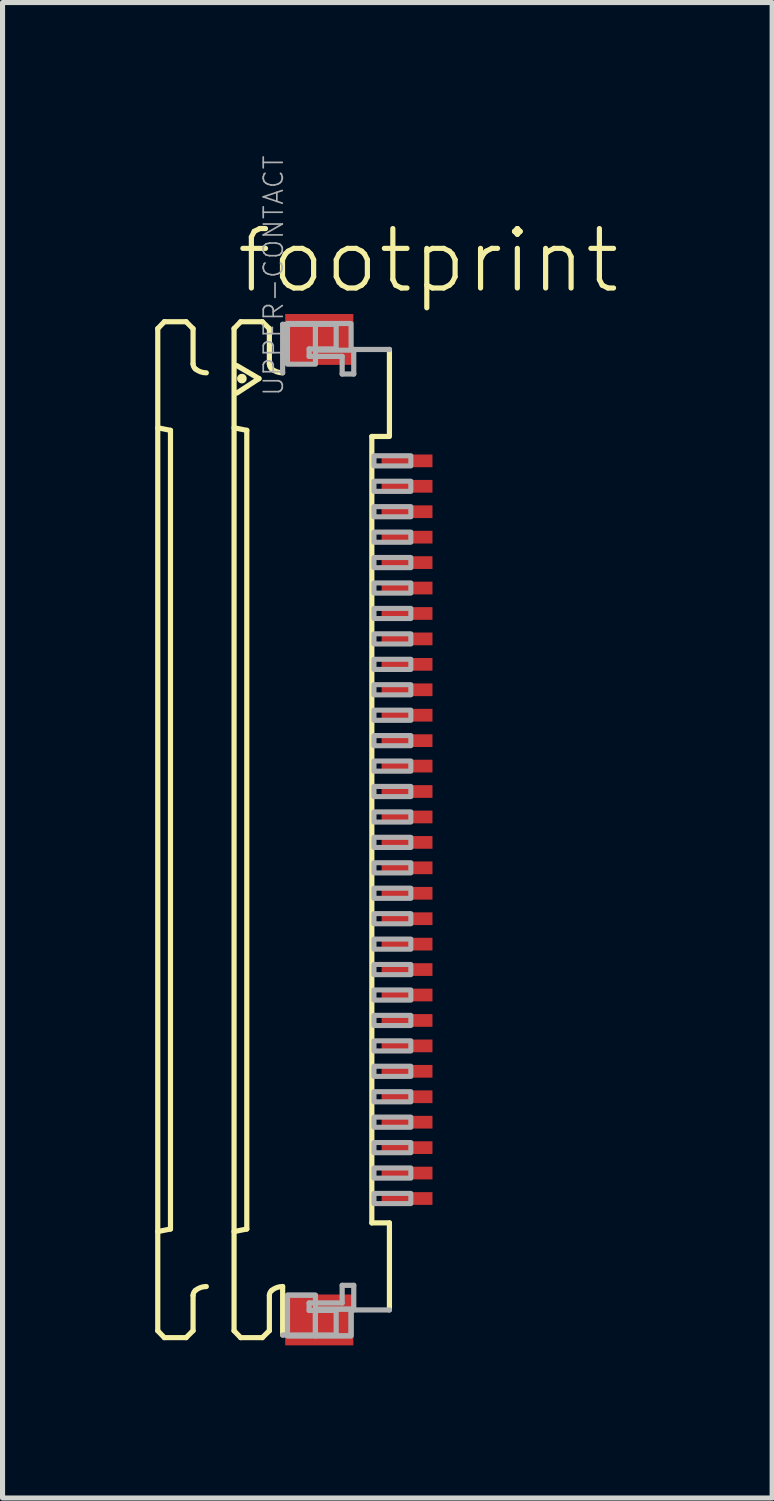
<source format=kicad_pcb>
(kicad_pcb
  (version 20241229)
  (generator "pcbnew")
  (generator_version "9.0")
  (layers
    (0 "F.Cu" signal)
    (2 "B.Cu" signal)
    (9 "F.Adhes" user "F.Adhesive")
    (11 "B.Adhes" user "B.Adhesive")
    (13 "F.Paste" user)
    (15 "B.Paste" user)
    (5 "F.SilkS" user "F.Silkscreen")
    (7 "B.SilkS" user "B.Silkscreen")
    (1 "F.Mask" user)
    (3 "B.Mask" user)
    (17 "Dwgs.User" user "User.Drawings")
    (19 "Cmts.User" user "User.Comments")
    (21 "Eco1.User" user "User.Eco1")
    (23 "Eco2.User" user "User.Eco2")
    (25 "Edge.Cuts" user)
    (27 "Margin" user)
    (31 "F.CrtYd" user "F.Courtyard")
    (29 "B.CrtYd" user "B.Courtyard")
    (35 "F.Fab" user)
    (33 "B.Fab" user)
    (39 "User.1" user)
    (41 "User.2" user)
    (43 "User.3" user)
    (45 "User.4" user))
  (footprint "footprint"
    (layer "F.Cu")
    (at 3.046 13.259)
    (property "Reference" "footprint" (at -1.5 -10.5 0) (layer "F.SilkS") (effects (font (size 1.168 1.168) (thickness 0.102)) (justify left bottom)))
    (fp_poly (pts (xy 1.355 -7.075) (xy 2.455 -7.075) (xy 2.455 -7.425) (xy 1.355 -7.425)) (stroke (width 0) (type solid)) (fill yes) (layer "F.Mask"))
    (fp_poly (pts (xy 1.355 -6.575) (xy 2.455 -6.575) (xy 2.455 -6.925) (xy 1.355 -6.925)) (stroke (width 0) (type solid)) (fill yes) (layer "F.Mask"))
    (fp_poly (pts (xy 1.355 -6.075) (xy 2.455 -6.075) (xy 2.455 -6.425) (xy 1.355 -6.425)) (stroke (width 0) (type solid)) (fill yes) (layer "F.Mask"))
    (fp_poly (pts (xy 1.355 -5.575) (xy 2.455 -5.575) (xy 2.455 -5.925) (xy 1.355 -5.925)) (stroke (width 0) (type solid)) (fill yes) (layer "F.Mask"))
    (fp_poly (pts (xy 1.355 -5.075) (xy 2.455 -5.075) (xy 2.455 -5.425) (xy 1.355 -5.425)) (stroke (width 0) (type solid)) (fill yes) (layer "F.Mask"))
    (fp_poly (pts (xy 1.355 -4.575) (xy 2.455 -4.575) (xy 2.455 -4.925) (xy 1.355 -4.925)) (stroke (width 0) (type solid)) (fill yes) (layer "F.Mask"))
    (fp_poly (pts (xy 1.355 -4.075) (xy 2.455 -4.075) (xy 2.455 -4.425) (xy 1.355 -4.425)) (stroke (width 0) (type solid)) (fill yes) (layer "F.Mask"))
    (fp_poly (pts (xy 1.355 -3.575) (xy 2.455 -3.575) (xy 2.455 -3.925) (xy 1.355 -3.925)) (stroke (width 0) (type solid)) (fill yes) (layer "F.Mask"))
    (fp_poly (pts (xy 1.355 -3.075) (xy 2.455 -3.075) (xy 2.455 -3.425) (xy 1.355 -3.425)) (stroke (width 0) (type solid)) (fill yes) (layer "F.Mask"))
    (fp_poly (pts (xy 1.355 -2.575) (xy 2.455 -2.575) (xy 2.455 -2.925) (xy 1.355 -2.925)) (stroke (width 0) (type solid)) (fill yes) (layer "F.Mask"))
    (fp_poly (pts (xy 1.355 -2.075) (xy 2.455 -2.075) (xy 2.455 -2.425) (xy 1.355 -2.425)) (stroke (width 0) (type solid)) (fill yes) (layer "F.Mask"))
    (fp_poly (pts (xy 1.355 -1.575) (xy 2.455 -1.575) (xy 2.455 -1.925) (xy 1.355 -1.925)) (stroke (width 0) (type solid)) (fill yes) (layer "F.Mask"))
    (fp_poly (pts (xy 1.355 -1.075) (xy 2.455 -1.075) (xy 2.455 -1.425) (xy 1.355 -1.425)) (stroke (width 0) (type solid)) (fill yes) (layer "F.Mask"))
    (fp_poly (pts (xy 1.355 -0.575) (xy 2.455 -0.575) (xy 2.455 -0.925) (xy 1.355 -0.925)) (stroke (width 0) (type solid)) (fill yes) (layer "F.Mask"))
    (fp_poly (pts (xy 1.355 -0.075) (xy 2.455 -0.075) (xy 2.455 -0.425) (xy 1.355 -0.425)) (stroke (width 0) (type solid)) (fill yes) (layer "F.Mask"))
    (fp_poly (pts (xy 1.355 0.425) (xy 2.455 0.425) (xy 2.455 0.075) (xy 1.355 0.075)) (stroke (width 0) (type solid)) (fill yes) (layer "F.Mask"))
    (fp_poly (pts (xy 1.355 0.925) (xy 2.455 0.925) (xy 2.455 0.575) (xy 1.355 0.575)) (stroke (width 0) (type solid)) (fill yes) (layer "F.Mask"))
    (fp_poly (pts (xy 1.355 1.425) (xy 2.455 1.425) (xy 2.455 1.075) (xy 1.355 1.075)) (stroke (width 0) (type solid)) (fill yes) (layer "F.Mask"))
    (fp_poly (pts (xy 1.355 1.925) (xy 2.455 1.925) (xy 2.455 1.575) (xy 1.355 1.575)) (stroke (width 0) (type solid)) (fill yes) (layer "F.Mask"))
    (fp_poly (pts (xy 1.355 2.425) (xy 2.455 2.425) (xy 2.455 2.075) (xy 1.355 2.075)) (stroke (width 0) (type solid)) (fill yes) (layer "F.Mask"))
    (fp_poly (pts (xy 1.355 2.925) (xy 2.455 2.925) (xy 2.455 2.575) (xy 1.355 2.575)) (stroke (width 0) (type solid)) (fill yes) (layer "F.Mask"))
    (fp_poly (pts (xy 1.355 3.425) (xy 2.455 3.425) (xy 2.455 3.075) (xy 1.355 3.075)) (stroke (width 0) (type solid)) (fill yes) (layer "F.Mask"))
    (fp_poly (pts (xy 1.355 3.925) (xy 2.455 3.925) (xy 2.455 3.575) (xy 1.355 3.575)) (stroke (width 0) (type solid)) (fill yes) (layer "F.Mask"))
    (fp_poly (pts (xy 1.355 4.425) (xy 2.455 4.425) (xy 2.455 4.075) (xy 1.355 4.075)) (stroke (width 0) (type solid)) (fill yes) (layer "F.Mask"))
    (fp_poly (pts (xy 1.355 4.925) (xy 2.455 4.925) (xy 2.455 4.575) (xy 1.355 4.575)) (stroke (width 0) (type solid)) (fill yes) (layer "F.Mask"))
    (fp_poly (pts (xy 1.355 5.425) (xy 2.455 5.425) (xy 2.455 5.075) (xy 1.355 5.075)) (stroke (width 0) (type solid)) (fill yes) (layer "F.Mask"))
    (fp_poly (pts (xy 1.355 5.925) (xy 2.455 5.925) (xy 2.455 5.575) (xy 1.355 5.575)) (stroke (width 0) (type solid)) (fill yes) (layer "F.Mask"))
    (fp_poly (pts (xy 1.355 6.425) (xy 2.455 6.425) (xy 2.455 6.075) (xy 1.355 6.075)) (stroke (width 0) (type solid)) (fill yes) (layer "F.Mask"))
    (fp_poly (pts (xy 1.355 6.925) (xy 2.455 6.925) (xy 2.455 6.575) (xy 1.355 6.575)) (stroke (width 0) (type solid)) (fill yes) (layer "F.Mask"))
    (fp_poly (pts (xy 1.355 7.425) (xy 2.455 7.425) (xy 2.455 7.075) (xy 1.355 7.075)) (stroke (width 0) (type solid)) (fill yes) (layer "F.Mask"))
    (fp_line (start -2.995 -9.85) (end -2.865 -9.985) (stroke (width 0.102) (type solid)) (layer "F.SilkS"))
    (fp_line (start -2.995 -7.9) (end -2.745 -7.85) (stroke (width 0.102) (type solid)) (layer "F.SilkS"))
    (fp_line (start -2.995 9.85) (end -2.995 -9.85) (stroke (width 0.102) (type solid)) (layer "F.SilkS"))
    (fp_line (start -2.995 9.85) (end -2.865 9.985) (stroke (width 0.102) (type solid)) (layer "F.SilkS"))
    (fp_line (start -2.865 -9.985) (end -2.438 -9.985) (stroke (width 0.102) (type solid)) (layer "F.SilkS"))
    (fp_line (start -2.865 9.985) (end -2.438 9.985) (stroke (width 0.102) (type solid)) (layer "F.SilkS"))
    (fp_line (start -2.745 7.85) (end -2.995 7.9) (stroke (width 0.102) (type solid)) (layer "F.SilkS"))
    (fp_line (start -2.745 7.85) (end -2.745 -7.85) (stroke (width 0.102) (type solid)) (layer "F.SilkS"))
    (fp_line (start -2.438 -9.985) (end -2.301 -9.848) (stroke (width 0.102) (type solid)) (layer "F.SilkS"))
    (fp_line (start -2.438 9.985) (end -2.301 9.848) (stroke (width 0.102) (type solid)) (layer "F.SilkS"))
    (fp_line (start -2.301 -9.848) (end -2.301 -9.156) (stroke (width 0.102) (type solid)) (layer "F.SilkS"))
    (fp_line (start -2.301 9.848) (end -2.301 9.156) (stroke (width 0.102) (type solid)) (layer "F.SilkS"))
    (fp_line (start -1.495 -9.85) (end -1.365 -9.985) (stroke (width 0.102) (type solid)) (layer "F.SilkS"))
    (fp_line (start -1.495 -7.9) (end -1.245 -7.85) (stroke (width 0.102) (type solid)) (layer "F.SilkS"))
    (fp_line (start -1.495 9.85) (end -1.495 -9.85) (stroke (width 0.102) (type solid)) (layer "F.SilkS"))
    (fp_line (start -1.495 9.85) (end -1.365 9.985) (stroke (width 0.102) (type solid)) (layer "F.SilkS"))
    (fp_line (start -1.441 -9.123) (end -1.005 -8.867) (stroke (width 0.102) (type solid)) (layer "F.SilkS"))
    (fp_line (start -1.365 -9.985) (end -0.939 -9.985) (stroke (width 0.102) (type solid)) (layer "F.SilkS"))
    (fp_line (start -1.365 9.985) (end -0.939 9.985) (stroke (width 0.102) (type solid)) (layer "F.SilkS"))
    (fp_line (start -1.245 7.85) (end -1.495 7.9) (stroke (width 0.102) (type solid)) (layer "F.SilkS"))
    (fp_line (start -1.245 7.85) (end -1.245 -7.85) (stroke (width 0.102) (type solid)) (layer "F.SilkS"))
    (fp_line (start -1.005 -8.867) (end -1.441 -8.582) (stroke (width 0.102) (type solid)) (layer "F.SilkS"))
    (fp_line (start -0.939 -9.985) (end -0.801 -9.848) (stroke (width 0.102) (type solid)) (layer "F.SilkS"))
    (fp_line (start -0.939 9.985) (end -0.801 9.848) (stroke (width 0.102) (type solid)) (layer "F.SilkS"))
    (fp_line (start -0.801 -9.848) (end -0.801 -9.156) (stroke (width 0.102) (type solid)) (layer "F.SilkS"))
    (fp_line (start -0.801 9.848) (end -0.801 9.156) (stroke (width 0.102) (type solid)) (layer "F.SilkS"))
    (fp_line (start -0.54 8.98) (end -0.54 9.933) (stroke (width 0.102) (type solid)) (layer "F.SilkS"))
    (fp_line (start 1.213 7.729) (end 1.213 -7.729) (stroke (width 0.102) (type solid)) (layer "F.SilkS"))
    (fp_line (start 1.538 -7.729) (end 1.213 -7.729) (stroke (width 0.102) (type solid)) (layer "F.SilkS"))
    (fp_line (start 1.559 -9.44) (end 1.559 -7.729) (stroke (width 0.102) (type solid)) (layer "F.SilkS"))
    (fp_line (start 1.559 7.729) (end 1.213 7.729) (stroke (width 0.102) (type solid)) (layer "F.SilkS"))
    (fp_line (start 1.559 9.44) (end 1.559 7.729) (stroke (width 0.102) (type solid)) (layer "F.SilkS"))
    (fp_arc (start -2.301 9.1557) (mid -2.288538 9.100596) (end -2.2536 9.056199) (stroke (width 0.1016) (type solid)) (layer "F.SilkS"))
    (fp_arc (start -2.2536 -9.056199) (mid -2.288538 -9.100596) (end -2.301 -9.1557) (stroke (width 0.1016) (type solid)) (layer "F.SilkS"))
    (fp_arc (start -2.2536 9.0562) (mid -2.153476 8.999935) (end -2.0403 8.980399) (stroke (width 0.1016) (type solid)) (layer "F.SilkS"))
    (fp_arc (start -2.0403 -8.980399) (mid -2.153476 -8.999935) (end -2.2536 -9.0562) (stroke (width 0.1016) (type solid)) (layer "F.SilkS"))
    (fp_arc (start -0.801 9.1557) (mid -0.788538 9.100596) (end -0.7536 9.056199) (stroke (width 0.1016) (type solid)) (layer "F.SilkS"))
    (fp_arc (start -0.7536 -9.056199) (mid -0.788538 -9.100596) (end -0.801 -9.1557) (stroke (width 0.1016) (type solid)) (layer "F.SilkS"))
    (fp_arc (start -0.7536 9.0562) (mid -0.653476 8.999935) (end -0.5403 8.980399) (stroke (width 0.1016) (type solid)) (layer "F.SilkS"))
    (fp_arc (start -0.5403 -8.980399) (mid -0.653476 -8.999935) (end -0.7536 -9.0562) (stroke (width 0.1016) (type solid)) (layer "F.SilkS"))
    (fp_circle (center -1.341 -8.867) (end -1.294 -8.867) (stroke (width 0.095) (type solid)) (fill yes) (layer "F.SilkS"))
    (fp_line (start -0.54 -9.933) (end 0.512 -9.933) (stroke (width 0.102) (type solid)) (layer "F.Fab"))
    (fp_line (start -0.54 -8.98) (end -0.54 -9.933) (stroke (width 0.102) (type solid)) (layer "F.Fab"))
    (fp_line (start -0.54 9.933) (end 0.512 9.933) (stroke (width 0.102) (type solid)) (layer "F.Fab"))
    (fp_line (start -0.019 -9.45) (end -0.019 -9.303) (stroke (width 0.102) (type solid)) (layer "F.Fab"))
    (fp_line (start -0.019 -9.303) (end 0.63 -9.303) (stroke (width 0.102) (type solid)) (layer "F.Fab"))
    (fp_line (start -0.019 9.303) (end 0.63 9.303) (stroke (width 0.102) (type solid)) (layer "F.Fab"))
    (fp_line (start -0.019 9.45) (end -0.019 9.303) (stroke (width 0.102) (type solid)) (layer "F.Fab"))
    (fp_line (start 0.512 -9.933) (end 0.512 -9.45) (stroke (width 0.102) (type solid)) (layer "F.Fab"))
    (fp_line (start 0.512 -9.45) (end -0.019 -9.45) (stroke (width 0.102) (type solid)) (layer "F.Fab"))
    (fp_line (start 0.512 9.45) (end -0.019 9.45) (stroke (width 0.102) (type solid)) (layer "F.Fab"))
    (fp_line (start 0.512 9.933) (end 0.512 9.45) (stroke (width 0.102) (type solid)) (layer "F.Fab"))
    (fp_line (start 0.63 -9.303) (end 0.63 -8.957) (stroke (width 0.102) (type solid)) (layer "F.Fab"))
    (fp_line (start 0.63 -8.957) (end 0.858 -8.957) (stroke (width 0.102) (type solid)) (layer "F.Fab"))
    (fp_line (start 0.63 8.957) (end 0.858 8.957) (stroke (width 0.102) (type solid)) (layer "F.Fab"))
    (fp_line (start 0.63 9.303) (end 0.63 8.957) (stroke (width 0.102) (type solid)) (layer "F.Fab"))
    (fp_line (start 0.858 -9.44) (end 1.559 -9.44) (stroke (width 0.102) (type solid)) (layer "F.Fab"))
    (fp_line (start 0.858 -8.957) (end 0.858 -9.44) (stroke (width 0.102) (type solid)) (layer "F.Fab"))
    (fp_line (start 0.858 8.957) (end 0.858 9.44) (stroke (width 0.102) (type solid)) (layer "F.Fab"))
    (fp_line (start 0.858 9.44) (end 1.559 9.44) (stroke (width 0.102) (type solid)) (layer "F.Fab"))
    (fp_poly (pts (xy -0.445 -9.15) (xy 0.105 -9.15) (xy 0.105 -9.95) (xy -0.445 -9.95)) (stroke (width 0.1) (type solid)) (fill no) (layer "F.Fab"))
    (fp_poly (pts (xy -0.445 9.95) (xy 0.105 9.95) (xy 0.105 9.15) (xy -0.445 9.15)) (stroke (width 0.1) (type solid)) (fill no) (layer "F.Fab"))
    (fp_poly (pts (xy -0.445 9.95) (xy 0.105 9.95) (xy 0.105 9.15) (xy -0.445 9.15)) (stroke (width 0.1) (type solid)) (fill no) (layer "F.Fab"))
    (fp_poly (pts (xy 0.105 -9.425) (xy 0.805 -9.425) (xy 0.805 -9.95) (xy 0.105 -9.95)) (stroke (width 0.1) (type solid)) (fill no) (layer "F.Fab"))
    (fp_poly (pts (xy 0.105 9.95) (xy 0.805 9.95) (xy 0.805 9.425) (xy 0.105 9.425)) (stroke (width 0.1) (type solid)) (fill no) (layer "F.Fab"))
    (fp_poly (pts (xy 0.105 9.95) (xy 0.805 9.95) (xy 0.805 9.425) (xy 0.105 9.425)) (stroke (width 0.1) (type solid)) (fill no) (layer "F.Fab"))
    (fp_poly (pts (xy 1.255 -7.15) (xy 1.98 -7.15) (xy 1.98 -7.35) (xy 1.255 -7.35)) (stroke (width 0.1) (type solid)) (fill no) (layer "F.Fab"))
    (fp_poly (pts (xy 1.255 -6.65) (xy 1.98 -6.65) (xy 1.98 -6.85) (xy 1.255 -6.85)) (stroke (width 0.1) (type solid)) (fill no) (layer "F.Fab"))
    (fp_poly (pts (xy 1.255 -6.15) (xy 1.98 -6.15) (xy 1.98 -6.35) (xy 1.255 -6.35)) (stroke (width 0.1) (type solid)) (fill no) (layer "F.Fab"))
    (fp_poly (pts (xy 1.255 -5.65) (xy 1.98 -5.65) (xy 1.98 -5.85) (xy 1.255 -5.85)) (stroke (width 0.1) (type solid)) (fill no) (layer "F.Fab"))
    (fp_poly (pts (xy 1.255 -5.15) (xy 1.98 -5.15) (xy 1.98 -5.35) (xy 1.255 -5.35)) (stroke (width 0.1) (type solid)) (fill no) (layer "F.Fab"))
    (fp_poly (pts (xy 1.255 -4.65) (xy 1.98 -4.65) (xy 1.98 -4.85) (xy 1.255 -4.85)) (stroke (width 0.1) (type solid)) (fill no) (layer "F.Fab"))
    (fp_poly (pts (xy 1.255 -4.15) (xy 1.98 -4.15) (xy 1.98 -4.35) (xy 1.255 -4.35)) (stroke (width 0.1) (type solid)) (fill no) (layer "F.Fab"))
    (fp_poly (pts (xy 1.255 -3.65) (xy 1.98 -3.65) (xy 1.98 -3.85) (xy 1.255 -3.85)) (stroke (width 0.1) (type solid)) (fill no) (layer "F.Fab"))
    (fp_poly (pts (xy 1.255 -3.15) (xy 1.98 -3.15) (xy 1.98 -3.35) (xy 1.255 -3.35)) (stroke (width 0.1) (type solid)) (fill no) (layer "F.Fab"))
    (fp_poly (pts (xy 1.255 -2.65) (xy 1.98 -2.65) (xy 1.98 -2.85) (xy 1.255 -2.85)) (stroke (width 0.1) (type solid)) (fill no) (layer "F.Fab"))
    (fp_poly (pts (xy 1.255 -2.15) (xy 1.98 -2.15) (xy 1.98 -2.35) (xy 1.255 -2.35)) (stroke (width 0.1) (type solid)) (fill no) (layer "F.Fab"))
    (fp_poly (pts (xy 1.255 -1.65) (xy 1.98 -1.65) (xy 1.98 -1.85) (xy 1.255 -1.85)) (stroke (width 0.1) (type solid)) (fill no) (layer "F.Fab"))
    (fp_poly (pts (xy 1.255 -1.15) (xy 1.98 -1.15) (xy 1.98 -1.35) (xy 1.255 -1.35)) (stroke (width 0.1) (type solid)) (fill no) (layer "F.Fab"))
    (fp_poly (pts (xy 1.255 -0.65) (xy 1.98 -0.65) (xy 1.98 -0.85) (xy 1.255 -0.85)) (stroke (width 0.1) (type solid)) (fill no) (layer "F.Fab"))
    (fp_poly (pts (xy 1.255 -0.15) (xy 1.98 -0.15) (xy 1.98 -0.35) (xy 1.255 -0.35)) (stroke (width 0.1) (type solid)) (fill no) (layer "F.Fab"))
    (fp_poly (pts (xy 1.255 0.35) (xy 1.98 0.35) (xy 1.98 0.15) (xy 1.255 0.15)) (stroke (width 0.1) (type solid)) (fill no) (layer "F.Fab"))
    (fp_poly (pts (xy 1.255 0.85) (xy 1.98 0.85) (xy 1.98 0.65) (xy 1.255 0.65)) (stroke (width 0.1) (type solid)) (fill no) (layer "F.Fab"))
    (fp_poly (pts (xy 1.255 1.35) (xy 1.98 1.35) (xy 1.98 1.15) (xy 1.255 1.15)) (stroke (width 0.1) (type solid)) (fill no) (layer "F.Fab"))
    (fp_poly (pts (xy 1.255 1.85) (xy 1.98 1.85) (xy 1.98 1.65) (xy 1.255 1.65)) (stroke (width 0.1) (type solid)) (fill no) (layer "F.Fab"))
    (fp_poly (pts (xy 1.255 2.35) (xy 1.98 2.35) (xy 1.98 2.15) (xy 1.255 2.15)) (stroke (width 0.1) (type solid)) (fill no) (layer "F.Fab"))
    (fp_poly (pts (xy 1.255 2.85) (xy 1.98 2.85) (xy 1.98 2.65) (xy 1.255 2.65)) (stroke (width 0.1) (type solid)) (fill no) (layer "F.Fab"))
    (fp_poly (pts (xy 1.255 3.35) (xy 1.98 3.35) (xy 1.98 3.15) (xy 1.255 3.15)) (stroke (width 0.1) (type solid)) (fill no) (layer "F.Fab"))
    (fp_poly (pts (xy 1.255 3.85) (xy 1.98 3.85) (xy 1.98 3.65) (xy 1.255 3.65)) (stroke (width 0.1) (type solid)) (fill no) (layer "F.Fab"))
    (fp_poly (pts (xy 1.255 4.35) (xy 1.98 4.35) (xy 1.98 4.15) (xy 1.255 4.15)) (stroke (width 0.1) (type solid)) (fill no) (layer "F.Fab"))
    (fp_poly (pts (xy 1.255 4.85) (xy 1.98 4.85) (xy 1.98 4.65) (xy 1.255 4.65)) (stroke (width 0.1) (type solid)) (fill no) (layer "F.Fab"))
    (fp_poly (pts (xy 1.255 5.35) (xy 1.98 5.35) (xy 1.98 5.15) (xy 1.255 5.15)) (stroke (width 0.1) (type solid)) (fill no) (layer "F.Fab"))
    (fp_poly (pts (xy 1.255 5.85) (xy 1.98 5.85) (xy 1.98 5.65) (xy 1.255 5.65)) (stroke (width 0.1) (type solid)) (fill no) (layer "F.Fab"))
    (fp_poly (pts (xy 1.255 6.35) (xy 1.98 6.35) (xy 1.98 6.15) (xy 1.255 6.15)) (stroke (width 0.1) (type solid)) (fill no) (layer "F.Fab"))
    (fp_poly (pts (xy 1.255 6.85) (xy 1.98 6.85) (xy 1.98 6.65) (xy 1.255 6.65)) (stroke (width 0.1) (type solid)) (fill no) (layer "F.Fab"))
    (fp_poly (pts (xy 1.255 7.35) (xy 1.98 7.35) (xy 1.98 7.15) (xy 1.255 7.15)) (stroke (width 0.1) (type solid)) (fill no) (layer "F.Fab"))
    (fp_text user "UPPER-CONTACT" (at -0.5 -8.5 270) (layer "F.Fab") (effects (font (size 0.374 0.374) (thickness 0.033)) (justify left bottom)))
    (pad "1" smd rect (at 1.905 -7.25) (size 1 0.25) (layers "F.Cu" "F.Paste"))
    (pad "2" smd rect (at 1.905 -6.75) (size 1 0.25) (layers "F.Cu" "F.Paste"))
    (pad "3" smd rect (at 1.905 -6.25) (size 1 0.25) (layers "F.Cu" "F.Paste"))
    (pad "4" smd rect (at 1.905 -5.75) (size 1 0.25) (layers "F.Cu" "F.Paste"))
    (pad "5" smd rect (at 1.905 -5.25) (size 1 0.25) (layers "F.Cu" "F.Paste"))
    (pad "6" smd rect (at 1.905 -4.75) (size 1 0.25) (layers "F.Cu" "F.Paste"))
    (pad "7" smd rect (at 1.905 -4.25) (size 1 0.25) (layers "F.Cu" "F.Paste"))
    (pad "8" smd rect (at 1.905 -3.75) (size 1 0.25) (layers "F.Cu" "F.Paste"))
    (pad "9" smd rect (at 1.905 -3.25) (size 1 0.25) (layers "F.Cu" "F.Paste"))
    (pad "10" smd rect (at 1.905 -2.75) (size 1 0.25) (layers "F.Cu" "F.Paste"))
    (pad "11" smd rect (at 1.905 -2.25) (size 1 0.25) (layers "F.Cu" "F.Paste"))
    (pad "12" smd rect (at 1.905 -1.75) (size 1 0.25) (layers "F.Cu" "F.Paste"))
    (pad "13" smd rect (at 1.905 -1.25) (size 1 0.25) (layers "F.Cu" "F.Paste"))
    (pad "14" smd rect (at 1.905 -0.75) (size 1 0.25) (layers "F.Cu" "F.Paste"))
    (pad "15" smd rect (at 1.905 -0.25) (size 1 0.25) (layers "F.Cu" "F.Paste"))
    (pad "16" smd rect (at 1.905 0.25) (size 1 0.25) (layers "F.Cu" "F.Paste"))
    (pad "17" smd rect (at 1.905 0.75) (size 1 0.25) (layers "F.Cu" "F.Paste"))
    (pad "18" smd rect (at 1.905 1.25) (size 1 0.25) (layers "F.Cu" "F.Paste"))
    (pad "19" smd rect (at 1.905 1.75) (size 1 0.25) (layers "F.Cu" "F.Paste"))
    (pad "20" smd rect (at 1.905 2.25) (size 1 0.25) (layers "F.Cu" "F.Paste"))
    (pad "21" smd rect (at 1.905 2.75) (size 1 0.25) (layers "F.Cu" "F.Paste"))
    (pad "22" smd rect (at 1.905 3.25) (size 1 0.25) (layers "F.Cu" "F.Paste"))
    (pad "23" smd rect (at 1.905 3.75) (size 1 0.25) (layers "F.Cu" "F.Paste"))
    (pad "24" smd rect (at 1.905 4.25) (size 1 0.25) (layers "F.Cu" "F.Paste"))
    (pad "25" smd rect (at 1.905 4.75) (size 1 0.25) (layers "F.Cu" "F.Paste"))
    (pad "26" smd rect (at 1.905 5.25) (size 1 0.25) (layers "F.Cu" "F.Paste"))
    (pad "27" smd rect (at 1.905 5.75) (size 1 0.25) (layers "F.Cu" "F.Paste"))
    (pad "28" smd rect (at 1.905 6.25) (size 1 0.25) (layers "F.Cu" "F.Paste"))
    (pad "29" smd rect (at 1.905 6.75) (size 1 0.25) (layers "F.Cu" "F.Paste"))
    (pad "30" smd rect (at 1.905 7.25) (size 1 0.25) (layers "F.Cu" "F.Paste"))
    (pad "M1" smd rect (at 0.18 -9.637) (size 1.34 1) (layers "F.Cu" "F.Mask" "F.Paste"))
    (pad "M2" smd rect (at 0.18 9.637) (size 1.34 1) (layers "F.Cu" "F.Mask" "F.Paste")))
  (gr_rect
    (start -3 -3)
    (end 12.128 26.396)
    (stroke (width 0.1) (type default))
    (fill no)
    (layer "Edge.Cuts")))
</source>
